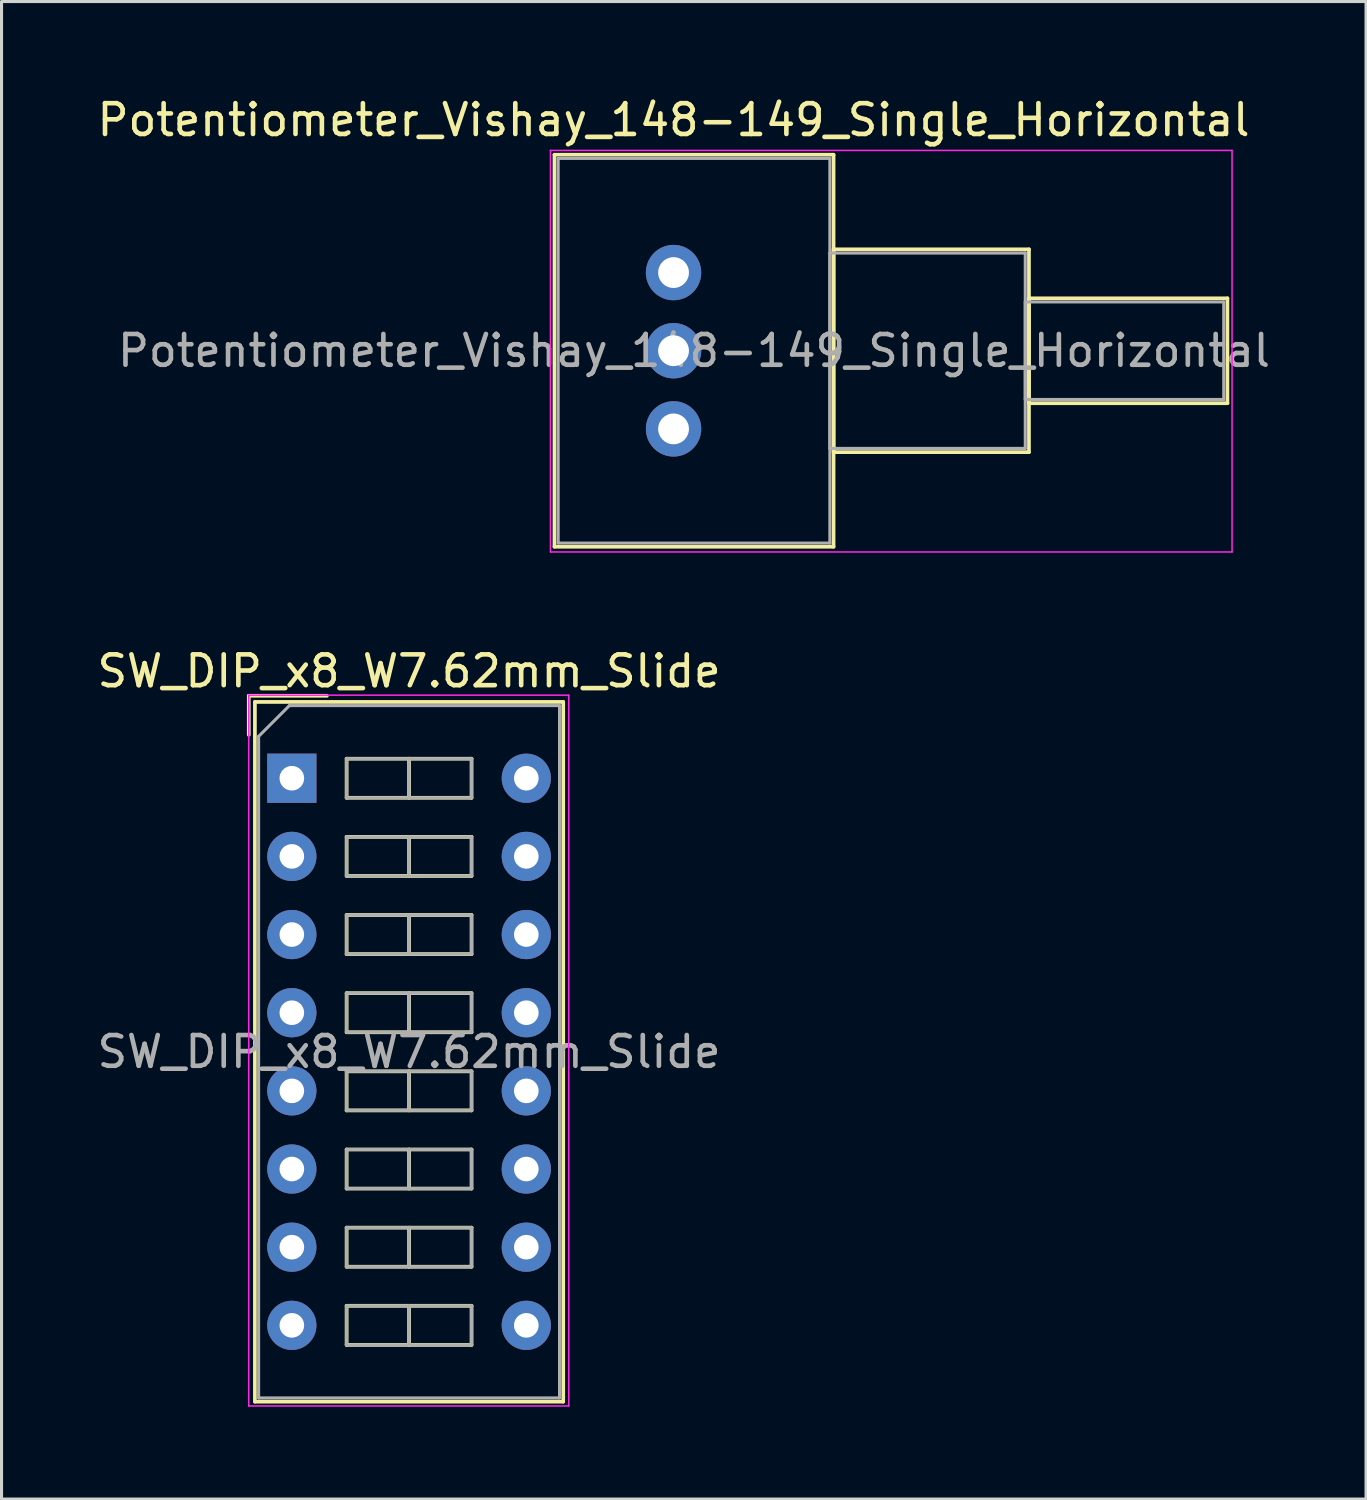
<source format=kicad_pcb>
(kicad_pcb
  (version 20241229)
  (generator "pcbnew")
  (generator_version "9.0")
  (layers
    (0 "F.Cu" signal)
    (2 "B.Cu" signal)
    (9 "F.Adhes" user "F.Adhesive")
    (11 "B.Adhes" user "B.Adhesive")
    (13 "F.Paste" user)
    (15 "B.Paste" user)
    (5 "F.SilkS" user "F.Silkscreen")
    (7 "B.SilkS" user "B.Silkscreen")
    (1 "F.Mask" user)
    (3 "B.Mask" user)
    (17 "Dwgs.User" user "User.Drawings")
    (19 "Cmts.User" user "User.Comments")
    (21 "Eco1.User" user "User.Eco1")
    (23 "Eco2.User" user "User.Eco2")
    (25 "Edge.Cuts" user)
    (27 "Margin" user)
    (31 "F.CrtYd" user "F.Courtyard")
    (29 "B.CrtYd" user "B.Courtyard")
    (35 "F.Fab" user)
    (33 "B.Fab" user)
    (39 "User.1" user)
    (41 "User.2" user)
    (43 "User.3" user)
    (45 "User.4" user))
  (footprint "SW_DIP_x8_W7.62mm_Slide"
    (layer "F.Cu")
    (at 6.434 22.241)
    (property "Reference" "SW_DIP_x8_W7.62mm_Slide" (at 3.81 -3.48 180) (layer "F.SilkS") (effects (font (size 1 1) (thickness 0.15))))
    (attr through_hole)
    (fp_line (start -1.4 -2.68) (end -1.4 -1.41) (stroke (width 0.12) (type solid)) (layer "F.SilkS"))
    (fp_line (start -1.4 -2.68) (end 1.14 -2.68) (stroke (width 0.12) (type solid)) (layer "F.SilkS"))
    (fp_line (start -1.2 -2.48) (end 8.82 -2.48) (stroke (width 0.12) (type solid)) (layer "F.SilkS"))
    (fp_line (start -1.2 20.26) (end -1.2 -2.48) (stroke (width 0.12) (type solid)) (layer "F.SilkS"))
    (fp_line (start 1.78 -0.635) (end 1.78 0.635) (stroke (width 0.12) (type solid)) (layer "F.SilkS"))
    (fp_line (start 1.78 0.635) (end 5.84 0.635) (stroke (width 0.12) (type solid)) (layer "F.SilkS"))
    (fp_line (start 1.78 1.905) (end 1.78 3.175) (stroke (width 0.12) (type solid)) (layer "F.SilkS"))
    (fp_line (start 1.78 3.175) (end 5.84 3.175) (stroke (width 0.12) (type solid)) (layer "F.SilkS"))
    (fp_line (start 1.78 4.445) (end 1.78 5.715) (stroke (width 0.12) (type solid)) (layer "F.SilkS"))
    (fp_line (start 1.78 5.715) (end 5.84 5.715) (stroke (width 0.12) (type solid)) (layer "F.SilkS"))
    (fp_line (start 1.78 6.985) (end 1.78 8.255) (stroke (width 0.12) (type solid)) (layer "F.SilkS"))
    (fp_line (start 1.78 8.255) (end 5.84 8.255) (stroke (width 0.12) (type solid)) (layer "F.SilkS"))
    (fp_line (start 1.78 9.525) (end 1.78 10.795) (stroke (width 0.12) (type solid)) (layer "F.SilkS"))
    (fp_line (start 1.78 10.795) (end 5.84 10.795) (stroke (width 0.12) (type solid)) (layer "F.SilkS"))
    (fp_line (start 1.78 12.065) (end 1.78 13.335) (stroke (width 0.12) (type solid)) (layer "F.SilkS"))
    (fp_line (start 1.78 13.335) (end 5.84 13.335) (stroke (width 0.12) (type solid)) (layer "F.SilkS"))
    (fp_line (start 1.78 14.605) (end 1.78 15.875) (stroke (width 0.12) (type solid)) (layer "F.SilkS"))
    (fp_line (start 1.78 15.875) (end 5.84 15.875) (stroke (width 0.12) (type solid)) (layer "F.SilkS"))
    (fp_line (start 1.78 17.145) (end 1.78 18.415) (stroke (width 0.12) (type solid)) (layer "F.SilkS"))
    (fp_line (start 1.78 18.415) (end 5.84 18.415) (stroke (width 0.12) (type solid)) (layer "F.SilkS"))
    (fp_line (start 3.81 -0.635) (end 3.81 0.635) (stroke (width 0.12) (type solid)) (layer "F.SilkS"))
    (fp_line (start 3.81 1.905) (end 3.81 3.175) (stroke (width 0.12) (type solid)) (layer "F.SilkS"))
    (fp_line (start 3.81 4.445) (end 3.81 5.715) (stroke (width 0.12) (type solid)) (layer "F.SilkS"))
    (fp_line (start 3.81 6.985) (end 3.81 8.255) (stroke (width 0.12) (type solid)) (layer "F.SilkS"))
    (fp_line (start 3.81 9.525) (end 3.81 10.795) (stroke (width 0.12) (type solid)) (layer "F.SilkS"))
    (fp_line (start 3.81 12.065) (end 3.81 13.335) (stroke (width 0.12) (type solid)) (layer "F.SilkS"))
    (fp_line (start 3.81 14.605) (end 3.81 15.875) (stroke (width 0.12) (type solid)) (layer "F.SilkS"))
    (fp_line (start 3.81 17.145) (end 3.81 18.415) (stroke (width 0.12) (type solid)) (layer "F.SilkS"))
    (fp_line (start 5.84 -0.635) (end 1.78 -0.635) (stroke (width 0.12) (type solid)) (layer "F.SilkS"))
    (fp_line (start 5.84 0.635) (end 5.84 -0.635) (stroke (width 0.12) (type solid)) (layer "F.SilkS"))
    (fp_line (start 5.84 1.905) (end 1.78 1.905) (stroke (width 0.12) (type solid)) (layer "F.SilkS"))
    (fp_line (start 5.84 3.175) (end 5.84 1.905) (stroke (width 0.12) (type solid)) (layer "F.SilkS"))
    (fp_line (start 5.84 4.445) (end 1.78 4.445) (stroke (width 0.12) (type solid)) (layer "F.SilkS"))
    (fp_line (start 5.84 5.715) (end 5.84 4.445) (stroke (width 0.12) (type solid)) (layer "F.SilkS"))
    (fp_line (start 5.84 6.985) (end 1.78 6.985) (stroke (width 0.12) (type solid)) (layer "F.SilkS"))
    (fp_line (start 5.84 8.255) (end 5.84 6.985) (stroke (width 0.12) (type solid)) (layer "F.SilkS"))
    (fp_line (start 5.84 9.525) (end 1.78 9.525) (stroke (width 0.12) (type solid)) (layer "F.SilkS"))
    (fp_line (start 5.84 10.795) (end 5.84 9.525) (stroke (width 0.12) (type solid)) (layer "F.SilkS"))
    (fp_line (start 5.84 12.065) (end 1.78 12.065) (stroke (width 0.12) (type solid)) (layer "F.SilkS"))
    (fp_line (start 5.84 13.335) (end 5.84 12.065) (stroke (width 0.12) (type solid)) (layer "F.SilkS"))
    (fp_line (start 5.84 14.605) (end 1.78 14.605) (stroke (width 0.12) (type solid)) (layer "F.SilkS"))
    (fp_line (start 5.84 15.875) (end 5.84 14.605) (stroke (width 0.12) (type solid)) (layer "F.SilkS"))
    (fp_line (start 5.84 17.145) (end 1.78 17.145) (stroke (width 0.12) (type solid)) (layer "F.SilkS"))
    (fp_line (start 5.84 18.415) (end 5.84 17.145) (stroke (width 0.12) (type solid)) (layer "F.SilkS"))
    (fp_line (start 8.82 -2.48) (end 8.82 20.26) (stroke (width 0.12) (type solid)) (layer "F.SilkS"))
    (fp_line (start 8.82 20.26) (end -1.2 20.26) (stroke (width 0.12) (type solid)) (layer "F.SilkS"))
    (fp_line (start -1.4 -2.7) (end -1.4 20.4) (stroke (width 0.05) (type solid)) (layer "F.CrtYd"))
    (fp_line (start -1.4 20.4) (end 9 20.4) (stroke (width 0.05) (type solid)) (layer "F.CrtYd"))
    (fp_line (start 9 -2.7) (end -1.4 -2.7) (stroke (width 0.05) (type solid)) (layer "F.CrtYd"))
    (fp_line (start 9 20.4) (end 9 -2.7) (stroke (width 0.05) (type solid)) (layer "F.CrtYd"))
    (fp_line (start -1.08 -1.36) (end -0.08 -2.36) (stroke (width 0.1) (type solid)) (layer "F.Fab"))
    (fp_line (start -1.08 20.14) (end -1.08 -1.36) (stroke (width 0.1) (type solid)) (layer "F.Fab"))
    (fp_line (start -0.08 -2.36) (end 8.7 -2.36) (stroke (width 0.1) (type solid)) (layer "F.Fab"))
    (fp_line (start 1.78 -0.635) (end 1.78 0.635) (stroke (width 0.1) (type solid)) (layer "F.Fab"))
    (fp_line (start 1.78 0.635) (end 5.84 0.635) (stroke (width 0.1) (type solid)) (layer "F.Fab"))
    (fp_line (start 1.78 1.905) (end 1.78 3.175) (stroke (width 0.1) (type solid)) (layer "F.Fab"))
    (fp_line (start 1.78 3.175) (end 5.84 3.175) (stroke (width 0.1) (type solid)) (layer "F.Fab"))
    (fp_line (start 1.78 4.445) (end 1.78 5.715) (stroke (width 0.1) (type solid)) (layer "F.Fab"))
    (fp_line (start 1.78 5.715) (end 5.84 5.715) (stroke (width 0.1) (type solid)) (layer "F.Fab"))
    (fp_line (start 1.78 6.985) (end 1.78 8.255) (stroke (width 0.1) (type solid)) (layer "F.Fab"))
    (fp_line (start 1.78 8.255) (end 5.84 8.255) (stroke (width 0.1) (type solid)) (layer "F.Fab"))
    (fp_line (start 1.78 9.525) (end 1.78 10.795) (stroke (width 0.1) (type solid)) (layer "F.Fab"))
    (fp_line (start 1.78 10.795) (end 5.84 10.795) (stroke (width 0.1) (type solid)) (layer "F.Fab"))
    (fp_line (start 1.78 12.065) (end 1.78 13.335) (stroke (width 0.1) (type solid)) (layer "F.Fab"))
    (fp_line (start 1.78 13.335) (end 5.84 13.335) (stroke (width 0.1) (type solid)) (layer "F.Fab"))
    (fp_line (start 1.78 14.605) (end 1.78 15.875) (stroke (width 0.1) (type solid)) (layer "F.Fab"))
    (fp_line (start 1.78 15.875) (end 5.84 15.875) (stroke (width 0.1) (type solid)) (layer "F.Fab"))
    (fp_line (start 1.78 17.145) (end 1.78 18.415) (stroke (width 0.1) (type solid)) (layer "F.Fab"))
    (fp_line (start 1.78 18.415) (end 5.84 18.415) (stroke (width 0.1) (type solid)) (layer "F.Fab"))
    (fp_line (start 3.81 -0.635) (end 3.81 0.635) (stroke (width 0.1) (type solid)) (layer "F.Fab"))
    (fp_line (start 3.81 1.905) (end 3.81 3.175) (stroke (width 0.1) (type solid)) (layer "F.Fab"))
    (fp_line (start 3.81 4.445) (end 3.81 5.715) (stroke (width 0.1) (type solid)) (layer "F.Fab"))
    (fp_line (start 3.81 6.985) (end 3.81 8.255) (stroke (width 0.1) (type solid)) (layer "F.Fab"))
    (fp_line (start 3.81 9.525) (end 3.81 10.795) (stroke (width 0.1) (type solid)) (layer "F.Fab"))
    (fp_line (start 3.81 12.065) (end 3.81 13.335) (stroke (width 0.1) (type solid)) (layer "F.Fab"))
    (fp_line (start 3.81 14.605) (end 3.81 15.875) (stroke (width 0.1) (type solid)) (layer "F.Fab"))
    (fp_line (start 3.81 17.145) (end 3.81 18.415) (stroke (width 0.1) (type solid)) (layer "F.Fab"))
    (fp_line (start 5.84 -0.635) (end 1.78 -0.635) (stroke (width 0.1) (type solid)) (layer "F.Fab"))
    (fp_line (start 5.84 0.635) (end 5.84 -0.635) (stroke (width 0.1) (type solid)) (layer "F.Fab"))
    (fp_line (start 5.84 1.905) (end 1.78 1.905) (stroke (width 0.1) (type solid)) (layer "F.Fab"))
    (fp_line (start 5.84 3.175) (end 5.84 1.905) (stroke (width 0.1) (type solid)) (layer "F.Fab"))
    (fp_line (start 5.84 4.445) (end 1.78 4.445) (stroke (width 0.1) (type solid)) (layer "F.Fab"))
    (fp_line (start 5.84 5.715) (end 5.84 4.445) (stroke (width 0.1) (type solid)) (layer "F.Fab"))
    (fp_line (start 5.84 6.985) (end 1.78 6.985) (stroke (width 0.1) (type solid)) (layer "F.Fab"))
    (fp_line (start 5.84 8.255) (end 5.84 6.985) (stroke (width 0.1) (type solid)) (layer "F.Fab"))
    (fp_line (start 5.84 9.525) (end 1.78 9.525) (stroke (width 0.1) (type solid)) (layer "F.Fab"))
    (fp_line (start 5.84 10.795) (end 5.84 9.525) (stroke (width 0.1) (type solid)) (layer "F.Fab"))
    (fp_line (start 5.84 12.065) (end 1.78 12.065) (stroke (width 0.1) (type solid)) (layer "F.Fab"))
    (fp_line (start 5.84 13.335) (end 5.84 12.065) (stroke (width 0.1) (type solid)) (layer "F.Fab"))
    (fp_line (start 5.84 14.605) (end 1.78 14.605) (stroke (width 0.1) (type solid)) (layer "F.Fab"))
    (fp_line (start 5.84 15.875) (end 5.84 14.605) (stroke (width 0.1) (type solid)) (layer "F.Fab"))
    (fp_line (start 5.84 17.145) (end 1.78 17.145) (stroke (width 0.1) (type solid)) (layer "F.Fab"))
    (fp_line (start 5.84 18.415) (end 5.84 17.145) (stroke (width 0.1) (type solid)) (layer "F.Fab"))
    (fp_line (start 8.7 -2.36) (end 8.7 20.14) (stroke (width 0.1) (type solid)) (layer "F.Fab"))
    (fp_line (start 8.7 20.14) (end -1.08 20.14) (stroke (width 0.1) (type solid)) (layer "F.Fab"))
    (fp_text user "${REFERENCE}" (at 3.81 8.89 180) (layer "F.Fab") (effects (font (size 1 1) (thickness 0.15))))
    (pad "1" thru_hole rect (at 0 0) (size 1.6 1.6) (drill 0.8) (layers "*.Cu" "*.Mask"))
    (pad "2" thru_hole oval (at 0 2.54) (size 1.6 1.6) (drill 0.8) (layers "*.Cu" "*.Mask"))
    (pad "3" thru_hole oval (at 0 5.08) (size 1.6 1.6) (drill 0.8) (layers "*.Cu" "*.Mask"))
    (pad "4" thru_hole oval (at 0 7.62) (size 1.6 1.6) (drill 0.8) (layers "*.Cu" "*.Mask"))
    (pad "5" thru_hole oval (at 0 10.16) (size 1.6 1.6) (drill 0.8) (layers "*.Cu" "*.Mask"))
    (pad "6" thru_hole oval (at 0 12.7) (size 1.6 1.6) (drill 0.8) (layers "*.Cu" "*.Mask"))
    (pad "7" thru_hole oval (at 0 15.24) (size 1.6 1.6) (drill 0.8) (layers "*.Cu" "*.Mask"))
    (pad "8" thru_hole oval (at 0 17.78) (size 1.6 1.6) (drill 0.8) (layers "*.Cu" "*.Mask"))
    (pad "9" thru_hole oval (at 7.62 17.78) (size 1.6 1.6) (drill 0.8) (layers "*.Cu" "*.Mask"))
    (pad "10" thru_hole oval (at 7.62 15.24) (size 1.6 1.6) (drill 0.8) (layers "*.Cu" "*.Mask"))
    (pad "11" thru_hole oval (at 7.62 12.7) (size 1.6 1.6) (drill 0.8) (layers "*.Cu" "*.Mask"))
    (pad "12" thru_hole oval (at 7.62 10.16) (size 1.6 1.6) (drill 0.8) (layers "*.Cu" "*.Mask"))
    (pad "13" thru_hole oval (at 7.62 7.62) (size 1.6 1.6) (drill 0.8) (layers "*.Cu" "*.Mask"))
    (pad "14" thru_hole oval (at 7.62 5.08) (size 1.6 1.6) (drill 0.8) (layers "*.Cu" "*.Mask"))
    (pad "15" thru_hole oval (at 7.62 2.54) (size 1.6 1.6) (drill 0.8) (layers "*.Cu" "*.Mask"))
    (pad "16" thru_hole oval (at 7.62 0) (size 1.6 1.6) (drill 0.8) (layers "*.Cu" "*.Mask")))
  (footprint "Potentiometer_Vishay_148-149_Single_Horizontal"
    (layer "F.Cu")
    (at 18.839 10.888)
    (property "Reference" "Potentiometer_Vishay_148-149_Single_Horizontal" (at 0 -10.04 0) (layer "F.SilkS") (effects (font (size 1 1) (thickness 0.15))))
    (attr through_hole)
    (fp_line (start -3.87 -8.91) (end -3.87 3.83) (stroke (width 0.12) (type solid)) (layer "F.SilkS"))
    (fp_line (start -3.87 -8.91) (end 5.2 -8.91) (stroke (width 0.12) (type solid)) (layer "F.SilkS"))
    (fp_line (start -3.87 3.83) (end 5.2 3.83) (stroke (width 0.12) (type solid)) (layer "F.SilkS"))
    (fp_line (start 5.2 -8.91) (end 5.2 3.83) (stroke (width 0.12) (type solid)) (layer "F.SilkS"))
    (fp_line (start 5.2 -5.835) (end 5.2 0.755) (stroke (width 0.12) (type solid)) (layer "F.SilkS"))
    (fp_line (start 5.2 -5.835) (end 11.55 -5.835) (stroke (width 0.12) (type solid)) (layer "F.SilkS"))
    (fp_line (start 5.2 0.755) (end 11.55 0.755) (stroke (width 0.12) (type solid)) (layer "F.SilkS"))
    (fp_line (start 11.55 -5.835) (end 11.55 0.755) (stroke (width 0.12) (type solid)) (layer "F.SilkS"))
    (fp_line (start 11.55 -4.244) (end 11.55 -0.835) (stroke (width 0.12) (type solid)) (layer "F.SilkS"))
    (fp_line (start 11.55 -4.244) (end 18 -4.244) (stroke (width 0.12) (type solid)) (layer "F.SilkS"))
    (fp_line (start 11.55 -0.835) (end 18 -0.835) (stroke (width 0.12) (type solid)) (layer "F.SilkS"))
    (fp_line (start 18 -4.244) (end 18 -0.835) (stroke (width 0.12) (type solid)) (layer "F.SilkS"))
    (fp_line (start -4 -9.05) (end -4 4) (stroke (width 0.05) (type solid)) (layer "F.CrtYd"))
    (fp_line (start -4 4) (end 18.15 4) (stroke (width 0.05) (type solid)) (layer "F.CrtYd"))
    (fp_line (start 18.15 -9.05) (end -4 -9.05) (stroke (width 0.05) (type solid)) (layer "F.CrtYd"))
    (fp_line (start 18.15 4) (end 18.15 -9.05) (stroke (width 0.05) (type solid)) (layer "F.CrtYd"))
    (fp_line (start -3.75 -8.79) (end -3.75 3.71) (stroke (width 0.1) (type solid)) (layer "F.Fab"))
    (fp_line (start -3.75 3.71) (end 5.08 3.71) (stroke (width 0.1) (type solid)) (layer "F.Fab"))
    (fp_line (start 5.08 -8.79) (end -3.75 -8.79) (stroke (width 0.1) (type solid)) (layer "F.Fab"))
    (fp_line (start 5.08 -5.715) (end 5.08 0.635) (stroke (width 0.1) (type solid)) (layer "F.Fab"))
    (fp_line (start 5.08 0.635) (end 11.43 0.635) (stroke (width 0.1) (type solid)) (layer "F.Fab"))
    (fp_line (start 5.08 3.71) (end 5.08 -8.79) (stroke (width 0.1) (type solid)) (layer "F.Fab"))
    (fp_line (start 11.43 -5.715) (end 5.08 -5.715) (stroke (width 0.1) (type solid)) (layer "F.Fab"))
    (fp_line (start 11.43 -4.125) (end 11.43 -0.955) (stroke (width 0.1) (type solid)) (layer "F.Fab"))
    (fp_line (start 11.43 -0.955) (end 17.88 -0.955) (stroke (width 0.1) (type solid)) (layer "F.Fab"))
    (fp_line (start 11.43 0.635) (end 11.43 -5.715) (stroke (width 0.1) (type solid)) (layer "F.Fab"))
    (fp_line (start 17.88 -4.125) (end 11.43 -4.125) (stroke (width 0.1) (type solid)) (layer "F.Fab"))
    (fp_line (start 17.88 -0.955) (end 17.88 -4.125) (stroke (width 0.1) (type solid)) (layer "F.Fab"))
    (fp_text user "${REFERENCE}" (at 0.665 -2.54 0) (layer "F.Fab") (effects (font (size 1 1) (thickness 0.15))))
    (pad "1" thru_hole circle (at 0 0) (size 1.8 1.8) (drill 1) (layers "*.Cu" "*.Mask"))
    (pad "2" thru_hole circle (at 0 -2.54) (size 1.8 1.8) (drill 1) (layers "*.Cu" "*.Mask"))
    (pad "3" thru_hole circle (at 0 -5.08) (size 1.8 1.8) (drill 1) (layers "*.Cu" "*.Mask")))
  (gr_rect
    (start -3 -3)
    (end 41.344 45.666)
    (stroke (width 0.1) (type default))
    (fill no)
    (layer "Edge.Cuts")))
</source>
